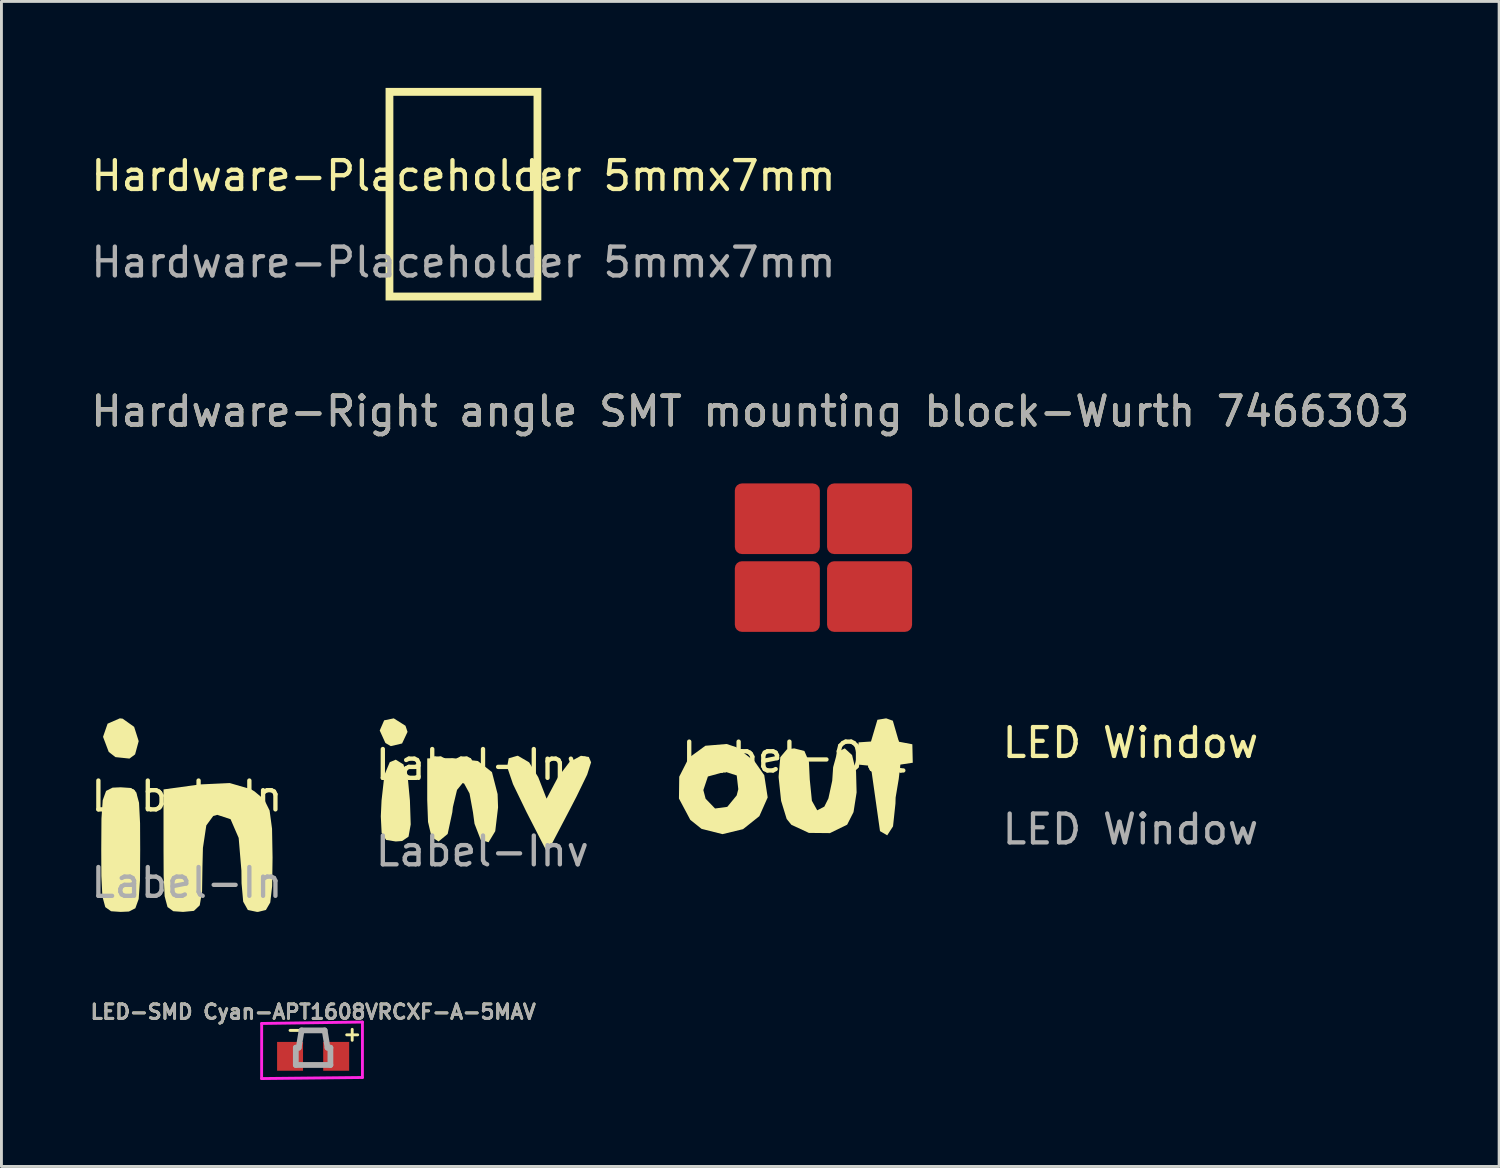
<source format=kicad_pcb>
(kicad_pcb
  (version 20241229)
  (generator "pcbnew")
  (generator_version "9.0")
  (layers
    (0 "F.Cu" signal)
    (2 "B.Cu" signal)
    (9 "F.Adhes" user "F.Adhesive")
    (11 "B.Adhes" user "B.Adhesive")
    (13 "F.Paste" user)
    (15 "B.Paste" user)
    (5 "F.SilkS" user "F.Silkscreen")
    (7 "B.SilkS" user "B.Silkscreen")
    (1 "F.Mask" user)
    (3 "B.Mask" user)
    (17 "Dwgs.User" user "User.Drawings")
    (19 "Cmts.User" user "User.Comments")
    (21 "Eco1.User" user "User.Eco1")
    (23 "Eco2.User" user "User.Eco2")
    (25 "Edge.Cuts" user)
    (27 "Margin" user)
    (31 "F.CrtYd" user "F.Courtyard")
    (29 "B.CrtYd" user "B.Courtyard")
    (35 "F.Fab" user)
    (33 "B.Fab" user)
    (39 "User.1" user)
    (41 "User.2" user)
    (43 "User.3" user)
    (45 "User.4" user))
  (footprint "Label-Inv"
    (layer "F.Cu")
    (at 13.685 23.984)
    (property "Reference" "Label-Inv" (at 0 -0.5 0) (unlocked yes) (layer "F.SilkS") (effects (font (size 1 1) (thickness 0.15))))
    (fp_poly (pts (xy -2.666 -1.853) (xy -2.595 -1.64) (xy -2.784 -1.238) (xy -3.176 -1.146) (xy -3.363 -1.255) (xy -3.56 -1.688) (xy -3.406 -2.041) (xy -3.073 -2.11)) (stroke (width 0) (type solid)) (fill yes) (layer "F.SilkS"))
    (fp_poly (pts (xy -2.737 -0.511) (xy -2.578 0.04) (xy -2.512 0.743) (xy -2.485 1.572) (xy -2.56 1.995) (xy -2.783 2.146) (xy -3.004 2.162) (xy -3.337 2.109) (xy -3.494 1.863) (xy -3.522 1.291) (xy -3.497 0.743) (xy -3.397 -0.148) (xy -3.212 -0.589) (xy -3.004 -0.676)) (stroke (width 0) (type solid)) (fill yes) (layer "F.SilkS"))
    (fp_poly (pts (xy 3.695 -0.77) (xy 3.774 -0.585) (xy 3.639 -0.16) (xy 3.27 0.6) (xy 3.026 1.071) (xy 2.253 2.547) (xy 1.536 1.148) (xy 1.064 0.172) (xy 0.861 -0.425) (xy 0.915 -0.724) (xy 1.213 -0.81) (xy 1.236 -0.811) (xy 1.623 -0.584) (xy 1.94 -0.068) (xy 2.229 0.676) (xy 2.625 -0.068) (xy 3.022 -0.592) (xy 3.422 -0.811) (xy 3.423 -0.811)) (stroke (width 0) (type solid)) (fill yes) (layer "F.SilkS"))
    (fp_poly (pts (xy -0.155 -0.629) (xy 0.334 -0.245) (xy 0.53 0.518) (xy 0.546 0.979) (xy 0.448 1.806) (xy 0.217 2.189) (xy -0.054 2.109) (xy -0.271 1.547) (xy -0.325 1.148) (xy -0.444 0.497) (xy -0.632 0.152) (xy -0.683 0.135) (xy -0.878 0.374) (xy -1.021 0.967) (xy -1.041 1.148) (xy -1.203 1.902) (xy -1.517 2.162) (xy -1.519 2.162) (xy -1.762 2.007) (xy -1.884 1.484) (xy -1.912 0.721) (xy -1.912 -0.721) (xy -1.024 -0.729)) (stroke (width 0) (type solid)) (fill yes) (layer "F.SilkS"))
    (fp_text user "${REFERENCE}" (at 0 2.5 0) (unlocked yes) (layer "F.Fab") (effects (font (size 1 1) (thickness 0.15)))))
  (footprint "Label-Out"
    (layer "F.Cu")
    (at 24.506 23.727)
    (property "Reference" "Label-Out" (at 0 -0.5 0) (unlocked yes) (layer "F.SilkS") (effects (font (size 1 1) (thickness 0.15))))
    (fp_poly (pts (xy 3.422 -1.771) (xy 3.633 -1.042) (xy 4.099 -0.954) (xy 4.114 -0.313) (xy 3.684 -0.248) (xy 3.627 0.251) (xy 3.519 0.895) (xy 3.513 1.103) (xy 3.429 1.895) (xy 3.227 2.206) (xy 2.977 2.06) (xy 2.657 -0.204) (xy 2.253 -0.246) (xy 2.232 -1.02) (xy 2.664 -1.049) (xy 2.887 -1.803) (xy 3.191 -1.853)) (stroke (width 0) (type solid)) (fill yes) (layer "F.SilkS"))
    (fp_poly (pts (xy -2.012 -0.853) (xy -1.38 -0.368) (xy -1.039 0.12) (xy -0.92 0.891) (xy -1.209 1.541) (xy -1.775 1.992) (xy -2.488 2.165) (xy -3.216 1.981) (xy -3.606 1.668) (xy -3.999 0.929) (xy -3.995 0.636) (xy -3.152 0.636) (xy -3.074 0.935) (xy -2.746 1.275) (xy -2.322 1.218) (xy -1.996 0.821) (xy -1.94 0.605) (xy -1.994 0.129) (xy -2.397 0) (xy -2.994 0.165) (xy -3.152 0.636) (xy -3.995 0.636) (xy -3.989 0.171) (xy -3.657 -0.482) (xy -3.082 -0.902) (xy -2.345 -0.963)) (stroke (width 0) (type solid)) (fill yes) (layer "F.SilkS"))
    (fp_poly (pts (xy 2.008 -0.578) (xy 2.146 -0.005) (xy 2.165 0.718) (xy 2.058 1.401) (xy 1.837 1.837) (xy 1.239 2.129) (xy 0.509 2.122) (xy -0.099 1.84) (xy -0.261 1.639) (xy -0.454 1.01) (xy -0.54 0.2) (xy -0.54 0.153) (xy -0.482 -0.506) (xy -0.255 -0.776) (xy 0 -0.811) (xy 0.354 -0.72) (xy 0.51 -0.354) (xy 0.54 0.27) (xy 0.614 1.007) (xy 0.799 1.338) (xy 1.045 1.21) (xy 1.187 0.924) (xy 1.319 0.313) (xy 1.351 -0.157) (xy 1.496 -0.684) (xy 1.756 -0.811)) (stroke (width 0) (type solid)) (fill yes) (layer "F.SilkS")))
  (footprint "Label-In"
    (layer "F.Cu")
    (at 3.435 25.077)
    (property "Reference" "Label-In" (at 0 -0.5 0) (unlocked yes) (layer "F.SilkS") (effects (font (size 1 1) (thickness 0.15))))
    (fp_poly (pts (xy -2.23 -3.192) (xy -1.831 -2.908) (xy -1.673 -2.412) (xy -1.798 -1.952) (xy -1.993 -1.807) (xy -2.481 -1.858) (xy -2.713 -2.039) (xy -2.91 -2.561) (xy -2.752 -3.018) (xy -2.327 -3.203)) (stroke (width 0) (type solid)) (fill yes) (layer "F.SilkS"))
    (fp_poly (pts (xy -1.962 -0.788) (xy -1.761 -0.645) (xy -1.661 -0.273) (xy -1.625 0.44) (xy -1.621 1.351) (xy -1.628 2.423) (xy -1.673 3.065) (xy -1.789 3.387) (xy -2.012 3.5) (xy -2.297 3.513) (xy -2.632 3.49) (xy -2.832 3.347) (xy -2.933 2.975) (xy -2.968 2.262) (xy -2.972 1.351) (xy -2.965 0.279) (xy -2.921 -0.363) (xy -2.804 -0.685) (xy -2.582 -0.798) (xy -2.297 -0.811)) (stroke (width 0) (type solid)) (fill yes) (layer "F.SilkS"))
    (fp_poly (pts (xy 2.219 -0.745) (xy 2.343 -0.67) (xy 2.679 -0.39) (xy 2.869 -0.006) (xy 2.954 0.628) (xy 2.972 1.628) (xy 2.958 2.62) (xy 2.892 3.187) (xy 2.741 3.446) (xy 2.472 3.512) (xy 2.432 3.513) (xy 2.115 3.446) (xy 1.953 3.158) (xy 1.896 2.52) (xy 1.891 2.081) (xy 1.796 0.946) (xy 1.515 0.297) (xy 1.054 0.145) (xy 0.913 0.185) (xy 0.673 0.512) (xy 0.556 1.291) (xy 0.54 1.92) (xy 0.526 2.809) (xy 0.445 3.285) (xy 0.243 3.477) (xy -0.133 3.513) (xy -0.135 3.513) (xy -0.472 3.489) (xy -0.673 3.344) (xy -0.773 2.967) (xy -0.807 2.245) (xy -0.811 1.388) (xy -0.811 -0.737) (xy 0.451 -0.91) (xy 1.486 -0.958)) (stroke (width 0) (type solid)) (fill yes) (layer "F.SilkS"))
    (fp_text user "${REFERENCE}" (at 0 2.5 0) (unlocked yes) (layer "F.Fab") (effects (font (size 1 1) (thickness 0.15)))))
  (footprint "LED-SMD Cyan-APT1608VRCXF-A-5MAV"
    (layer "F.Cu")
    (at 7.814 33.601)
    (property "Reference" "LED-SMD Cyan-APT1608VRCXF-A-5MAV" (at 0.003 -1.543 0) (layer "F.SilkS") (effects (font (size 0.5 0.5) (thickness 0.1))))
    (attr smd)
    (fp_line (start -0.8 -0.9) (end 0.4 -0.9) (stroke (width 0.1) (type solid)) (layer "F.SilkS"))
    (fp_line (start -0.15 0.3) (end 0.15 0.3) (stroke (width 0.1) (type solid)) (layer "F.SilkS"))
    (fp_line (start 0.15 0.3) (end 0.15 0.3) (stroke (width 0.1) (type solid)) (layer "F.SilkS"))
    (fp_line (start 0.4 -0.9) (end 0.4 -0.9) (stroke (width 0.1) (type solid)) (layer "F.SilkS"))
    (fp_line (start -1.787 0.771) (end -1.785 -1.14) (stroke (width 0.1) (type solid)) (layer "F.CrtYd"))
    (fp_line (start -1.785 -1.14) (end 1.711 -1.19) (stroke (width 0.1) (type solid)) (layer "F.CrtYd"))
    (fp_line (start 1.711 -1.19) (end 1.711 0.734) (stroke (width 0.1) (type solid)) (layer "F.CrtYd"))
    (fp_line (start 1.711 0.734) (end -1.787 0.771) (stroke (width 0.1) (type solid)) (layer "F.CrtYd"))
    (fp_line (start -0.6 -0.3) (end -0.5 -0.3) (stroke (width 0.2) (type solid)) (layer "F.Fab"))
    (fp_line (start -0.6 0.3) (end -0.6 -0.3) (stroke (width 0.2) (type solid)) (layer "F.Fab"))
    (fp_line (start -0.5 -0.3) (end -0.4 -0.9) (stroke (width 0.2) (type solid)) (layer "F.Fab"))
    (fp_line (start -0.4 -0.9) (end 0.4 -0.9) (stroke (width 0.2) (type solid)) (layer "F.Fab"))
    (fp_line (start 0.4 -0.9) (end 0.5 -0.3) (stroke (width 0.2) (type solid)) (layer "F.Fab"))
    (fp_line (start 0.5 -0.3) (end 0.6 -0.3) (stroke (width 0.2) (type solid)) (layer "F.Fab"))
    (fp_line (start 0.6 -0.3) (end 0.6 0.3) (stroke (width 0.2) (type solid)) (layer "F.Fab"))
    (fp_line (start 0.6 0.3) (end -0.6 0.3) (stroke (width 0.2) (type solid)) (layer "F.Fab"))
    (fp_text user "+" (at 1.356 -0.782 0) (unlocked yes) (layer "F.SilkS") (effects (font (size 0.5 0.5) (thickness 0.1))))
    (fp_text user "${REFERENCE}" (at 0 -1.543 0) (layer "F.Fab") (effects (font (size 0.5 0.5) (thickness 0.1))))
    (pad "1" smd rect (at -0.8 0) (size 0.9 1) (layers "F.Cu" "F.Mask" "F.Paste"))
    (pad "2" smd rect (at 0.8 0) (size 0.9 1) (layers "F.Cu" "F.Mask" "F.Paste")))
  (footprint "LED Window"
    (layer "F.Cu")
    (at 36.173 23.222)
    (property "Reference" "LED Window" (at 0 -0.5 0) (unlocked yes) (layer "F.SilkS") (effects (font (size 1 1) (thickness 0.15))))
    (fp_circle (center 0 0) (end 1.2 0) (stroke (width 0.12) (type solid)) (fill yes) (layer "F.Mask"))
    (fp_circle (center 0 0) (end 1.2 0) (stroke (width 0.12) (type solid)) (fill yes) (layer "B.Mask"))
    (fp_text user "${REFERENCE}" (at 0 2.5 0) (unlocked yes) (layer "F.Fab") (effects (font (size 1 1) (thickness 0.15)))))
  (footprint "Hardware-Placeholder 5mmx7mm"
    (layer "F.Cu")
    (at 13.03 3.551)
    (property "Reference" "Hardware-Placeholder 5mmx7mm" (at 0 -0.5 0) (unlocked yes) (layer "F.SilkS") (effects (font (size 1 1) (thickness 0.15))))
    (fp_poly (pts (xy 2.702 3.824) (xy -2.702 3.824) (xy -2.702 3.551) (xy -2.432 3.551) (xy 2.432 3.551) (xy 2.432 -3.277) (xy -2.432 -3.277) (xy -2.432 3.551) (xy -2.702 3.551) (xy -2.702 -3.551) (xy 2.702 -3.551)) (stroke (width 0) (type solid)) (fill yes) (layer "F.SilkS"))
    (fp_text user "${REFERENCE}" (at 0 2.5 0) (unlocked yes) (layer "F.Fab") (effects (font (size 1 1) (thickness 0.15)))))
  (footprint "Hardware-Right angle SMT mounting block-Wurth 7466303"
    (layer "F.Cu")
    (at 25.522 16.302)
    (property "Reference" "Hardware-Right angle SMT mounting block-Wurth 7466303" (at -2.54 -5.08 0) (unlocked yes) (layer "F.SilkS") (effects (font (size 1 1) (thickness 0.15))))
    (attr smd)
    (fp_text user "${REFERENCE}" (at -2.54 -5.08 0) (unlocked yes) (layer "F.Fab") (effects (font (size 1 1) (thickness 0.15))))
    (pad "1" smd roundrect (at -1.601 -1.354) (size 2.95 2.45) (layers "F.Cu" "F.Mask" "F.Paste") (roundrect_rratio 0.1))
    (pad "2" smd roundrect (at 1.599 -1.354) (size 2.95 2.45) (layers "F.Cu" "F.Mask" "F.Paste") (roundrect_rratio 0.1))
    (pad "3" smd roundrect (at -1.601 1.346) (size 2.95 2.45) (layers "F.Cu" "F.Mask" "F.Paste") (roundrect_rratio 0.1))
    (pad "4" smd roundrect (at 1.599 1.346) (size 2.95 2.45) (layers "F.Cu" "F.Mask" "F.Paste") (roundrect_rratio 0.1)))
  (gr_rect
    (start -3 -3)
    (end 48.964 37.422)
    (stroke (width 0.1) (type default))
    (fill no)
    (layer "Edge.Cuts")))
</source>
